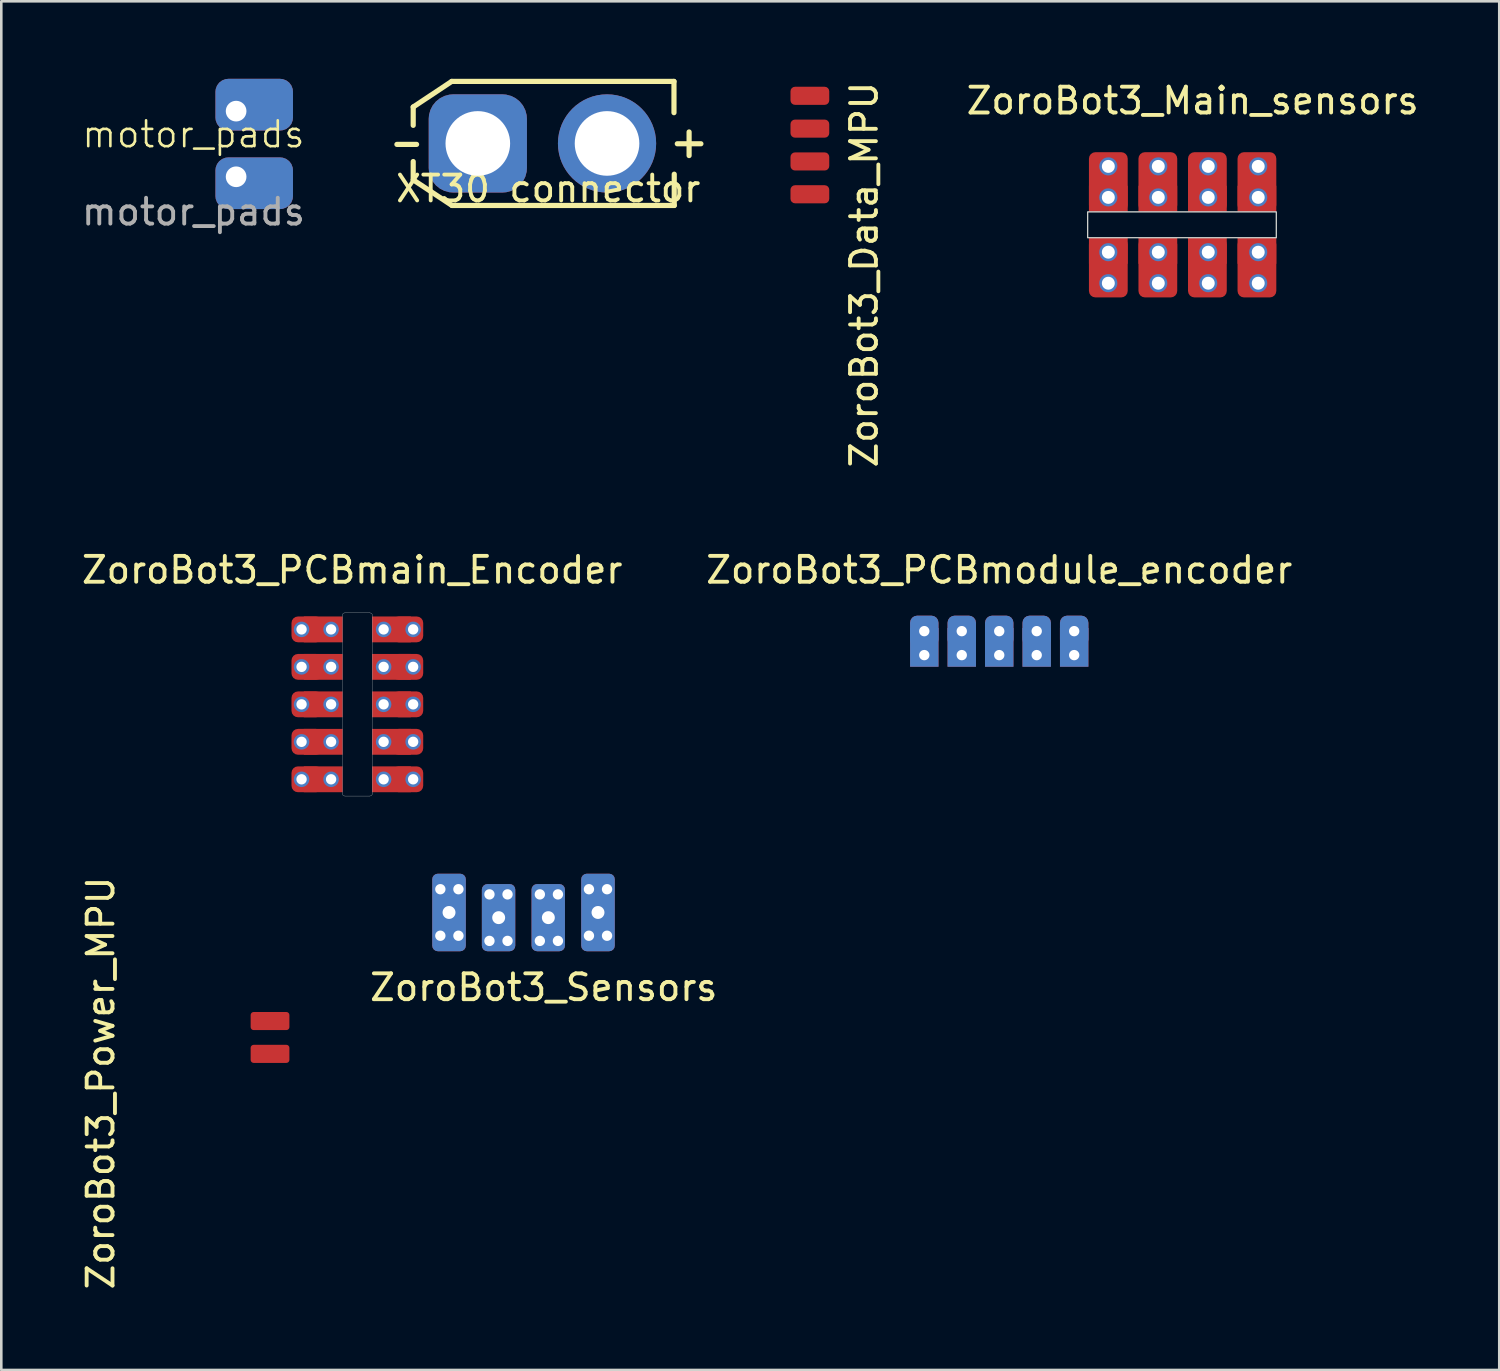
<source format=kicad_pcb>
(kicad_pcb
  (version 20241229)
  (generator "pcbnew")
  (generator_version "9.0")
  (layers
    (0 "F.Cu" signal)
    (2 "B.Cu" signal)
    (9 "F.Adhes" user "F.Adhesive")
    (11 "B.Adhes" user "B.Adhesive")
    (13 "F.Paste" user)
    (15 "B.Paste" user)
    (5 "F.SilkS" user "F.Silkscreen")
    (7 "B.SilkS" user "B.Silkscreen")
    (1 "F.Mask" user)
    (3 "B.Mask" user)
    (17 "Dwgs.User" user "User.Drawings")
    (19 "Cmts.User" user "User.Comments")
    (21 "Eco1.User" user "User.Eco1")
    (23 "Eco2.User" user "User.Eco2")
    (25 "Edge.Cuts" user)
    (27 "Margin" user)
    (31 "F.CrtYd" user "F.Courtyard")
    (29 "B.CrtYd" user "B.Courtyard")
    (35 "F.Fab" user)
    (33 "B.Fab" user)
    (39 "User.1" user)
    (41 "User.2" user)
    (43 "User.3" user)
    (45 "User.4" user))
  (footprint "ZoroBot3_Sensors"
    (layer "F.Cu")
    (at 18.388 32.256)
    (property "Reference" "ZoroBot3_Sensors" (at -0.4 2.9 0) (layer "F.SilkS") (effects (font (size 1 1) (thickness 0.15))))
    (attr smd)
    (pad "1" thru_hole circle (at -4.4 -0.9 90) (size 0.5 0.5) (drill 0.4) (layers "*.Cu" "*.Mask"))
    (pad "1" thru_hole circle (at -4.4 0.9 90) (size 0.5 0.5) (drill 0.4) (layers "*.Cu" "*.Mask"))
    (pad "1" thru_hole roundrect (at -4.064 0 90) (size 3 1.3) (drill 0.5) (layers "*.Cu" "*.Mask") (roundrect_rratio 0.167))
    (pad "1" thru_hole circle (at -3.7 -0.9 90) (size 0.5 0.5) (drill 0.4) (layers "*.Cu" "*.Mask"))
    (pad "1" thru_hole circle (at -3.7 0.9 90) (size 0.5 0.5) (drill 0.4) (layers "*.Cu" "*.Mask"))
    (pad "2" thru_hole circle (at -2.5 -0.7 90) (size 0.5 0.5) (drill 0.4) (layers "*.Cu" "*.Mask"))
    (pad "2" thru_hole circle (at -2.5 1.1 90) (size 0.5 0.5) (drill 0.4) (layers "*.Cu" "*.Mask"))
    (pad "2" thru_hole roundrect (at -2.143 0.2 90) (size 2.6 1.293) (drill 0.5 (offset 0 -0.004)) (layers "*.Cu" "*.Mask") (roundrect_rratio 0.167))
    (pad "2" thru_hole circle (at -1.8 -0.7 90) (size 0.5 0.5) (drill 0.4) (layers "*.Cu" "*.Mask"))
    (pad "2" thru_hole circle (at -1.8 1.1 90) (size 0.5 0.5) (drill 0.4) (layers "*.Cu" "*.Mask"))
    (pad "3" thru_hole circle (at -0.55 -0.7 90) (size 0.5 0.5) (drill 0.4) (layers "*.Cu" "*.Mask"))
    (pad "3" thru_hole circle (at -0.55 1.1 90) (size 0.5 0.5) (drill 0.4) (layers "*.Cu" "*.Mask"))
    (pad "3" thru_hole roundrect (at -0.221 0.2 90) (size 2.6 1.293) (drill 0.5 (offset 0 -0.004)) (layers "*.Cu" "*.Mask") (roundrect_rratio 0.167))
    (pad "3" thru_hole circle (at 0.15 -0.7 90) (size 0.5 0.5) (drill 0.4) (layers "*.Cu" "*.Mask"))
    (pad "3" thru_hole circle (at 0.15 1.1 90) (size 0.5 0.5) (drill 0.4) (layers "*.Cu" "*.Mask"))
    (pad "4" thru_hole circle (at 1.35 -0.9 90) (size 0.5 0.5) (drill 0.4) (layers "*.Cu" "*.Mask"))
    (pad "4" thru_hole circle (at 1.35 0.9 90) (size 0.5 0.5) (drill 0.4) (layers "*.Cu" "*.Mask"))
    (pad "4" thru_hole roundrect (at 1.7 0 90) (size 3 1.3) (drill 0.5) (layers "*.Cu" "*.Mask") (roundrect_rratio 0.167))
    (pad "4" thru_hole circle (at 2.05 -0.9 90) (size 0.5 0.5) (drill 0.4) (layers "*.Cu" "*.Mask"))
    (pad "4" thru_hole circle (at 2.05 0.9 90) (size 0.5 0.5) (drill 0.4) (layers "*.Cu" "*.Mask")))
  (footprint "ZoroBot3_PCBmodule_encoder"
    (layer "F.Cu")
    (at 35.613 20.698)
    (property "Reference" "ZoroBot3_PCBmodule_encoder" (at 0 -1.695 0) (layer "F.SilkS") (effects (font (size 1 1) (thickness 0.15))))
    (attr through_hole)
    (pad "1" thru_hole roundrect (at -2.9 0.673 90) (size 1.2 1.1) (drill 0.4) (layers "*.Cu" "*.Mask") (roundrect_rratio 0.25))
    (pad "1" thru_hole rect (at -2.9 1.6 90) (size 1.5 1.1) (drill 0.4 (offset 0.3 0)) (layers "*.Cu" "*.Mask"))
    (pad "2" thru_hole roundrect (at -1.45 0.673 90) (size 1.2 1.1) (drill 0.4) (layers "*.Cu" "*.Mask") (roundrect_rratio 0.25))
    (pad "2" thru_hole rect (at -1.45 1.6 90) (size 1.5 1.1) (drill 0.4 (offset 0.3 0)) (layers "*.Cu" "*.Mask"))
    (pad "3" thru_hole roundrect (at 0 0.673 90) (size 1.2 1.1) (drill 0.4) (layers "*.Cu" "*.Mask") (roundrect_rratio 0.25))
    (pad "3" thru_hole rect (at 0 1.6 90) (size 1.5 1.1) (drill 0.4 (offset 0.3 0)) (layers "*.Cu" "*.Mask"))
    (pad "4" thru_hole roundrect (at 1.45 0.673 90) (size 1.2 1.1) (drill 0.4) (layers "*.Cu" "*.Mask") (roundrect_rratio 0.25))
    (pad "4" thru_hole rect (at 1.45 1.6 90) (size 1.5 1.1) (drill 0.4 (offset 0.3 0)) (layers "*.Cu" "*.Mask"))
    (pad "5" thru_hole roundrect (at 2.9 0.673 90) (size 1.2 1.1) (drill 0.4) (layers "*.Cu" "*.Mask") (roundrect_rratio 0.25))
    (pad "5" thru_hole rect (at 2.9 1.6 90) (size 1.5 1.1) (drill 0.4 (offset 0.3 0)) (layers "*.Cu" "*.Mask")))
  (footprint "motor_pads"
    (layer "F.Cu")
    (at 4.435 2.647)
    (property "Reference" "motor_pads" (at 0 -0.5 0) (unlocked yes) (layer "F.SilkS") (effects (font (size 1 1) (thickness 0.1))))
    (attr through_hole)
    (fp_text user "${REFERENCE}" (at 0 2.5 0) (unlocked yes) (layer "F.Fab") (effects (font (size 1 1) (thickness 0.15))))
    (pad "1" thru_hole roundrect (at 1.651 -1.397) (size 3 2) (drill 0.8 (offset 0.7 -0.25)) (layers "*.Cu" "*.Mask") (roundrect_rratio 0.25))
    (pad "2" thru_hole roundrect (at 1.651 1.143) (size 3 2) (drill 0.8 (offset 0.7 0.25)) (layers "*.Cu" "*.Mask") (roundrect_rratio 0.25)))
  (footprint "ZoroBot3_Data_MPU"
    (layer "F.Cu")
    (at 28.286 2.577)
    (property "Reference" "ZoroBot3_Data_MPU" (at 2.1 5 90) (layer "F.SilkS") (effects (font (size 1 1) (thickness 0.15))))
    (attr smd)
    (pad "1" smd roundrect (at 0 -1.92) (size 1.5 0.7) (layers "F.Cu" "F.Mask" "F.Paste") (roundrect_rratio 0.25))
    (pad "2" smd roundrect (at 0 -0.65) (size 1.5 0.7) (layers "F.Cu" "F.Mask" "F.Paste") (roundrect_rratio 0.25))
    (pad "3" smd roundrect (at 0 0.62) (size 1.5 0.7) (layers "F.Cu" "F.Mask" "F.Paste") (roundrect_rratio 0.25))
    (pad "4" smd roundrect (at 0 1.89) (size 1.5 0.7) (layers "F.Cu" "F.Mask" "F.Paste") (roundrect_rratio 0.25)))
  (footprint "ZoroBot3_PCBmain_Encoder"
    (layer "F.Cu")
    (at 10.777 24.203)
    (property "Reference" "ZoroBot3_PCBmain_Encoder" (at -0.2 -5.2 0) (layer "F.SilkS") (effects (font (size 1 1) (thickness 0.15))))
    (attr through_hole)
    (fp_line (start -0.584 3.448) (end -0.584 -3.439) (stroke (width 0.01) (type default)) (layer "Edge.Cuts"))
    (fp_line (start -0.484 -3.539) (end 0.484 -3.539) (stroke (width 0.01) (type default)) (layer "Edge.Cuts"))
    (fp_line (start 0.484 3.548) (end -0.484 3.548) (stroke (width 0.01) (type default)) (layer "Edge.Cuts"))
    (fp_line (start 0.584 -3.439) (end 0.584 3.448) (stroke (width 0.01) (type default)) (layer "Edge.Cuts"))
    (fp_arc (start -0.5842 -3.439066) (mid -0.554911 -3.509777) (end -0.4842 -3.539066) (stroke (width 0.01) (type default)) (layer "Edge.Cuts"))
    (fp_arc (start -0.4842 3.547534) (mid -0.554911 3.518245) (end -0.5842 3.447534) (stroke (width 0.01) (type default)) (layer "Edge.Cuts"))
    (fp_arc (start 0.4842 -3.539066) (mid 0.554899 -3.509775) (end 0.5842 -3.439066) (stroke (width 0.01) (type default)) (layer "Edge.Cuts"))
    (fp_arc (start 0.5842 3.447534) (mid 0.554913 3.518249) (end 0.4842 3.547534) (stroke (width 0.01) (type default)) (layer "Edge.Cuts"))
    (pad "1" thru_hole circle (at -2.159 -2.9) (size 0.6 0.6) (drill 0.4) (layers "*.Cu" "*.Mask"))
    (pad "1" smd roundrect (at -1.948 -2.9) (size 1.2 1) (layers "F.Cu" "F.Mask" "F.Paste") (roundrect_rratio 0.25))
    (pad "1" smd rect (at -1.321 -2.9) (size 1.5 1) (layers "F.Cu" "F.Mask" "F.Paste"))
    (pad "1" thru_hole circle (at -1.016 -2.9) (size 0.6 0.6) (drill 0.4) (layers "*.Cu" "*.Mask"))
    (pad "1" thru_hole circle (at 1.016 -2.9 180) (size 0.6 0.6) (drill 0.4) (layers "*.Cu" "*.Mask"))
    (pad "1" smd rect (at 1.321 -2.9) (size 1.5 1) (layers "F.Cu" "F.Mask" "F.Paste"))
    (pad "1" smd roundrect (at 1.948 -2.9) (size 1.2 1) (layers "F.Cu" "F.Mask" "F.Paste") (roundrect_rratio 0.25))
    (pad "1" thru_hole circle (at 2.159 -2.9 180) (size 0.6 0.6) (drill 0.4) (layers "*.Cu" "*.Mask"))
    (pad "2" thru_hole circle (at -2.159 -1.45) (size 0.6 0.6) (drill 0.4) (layers "*.Cu" "*.Mask"))
    (pad "2" smd roundrect (at -1.948 -1.45) (size 1.2 1) (layers "F.Cu" "F.Mask" "F.Paste") (roundrect_rratio 0.25))
    (pad "2" smd rect (at -1.321 -1.45) (size 1.5 1) (layers "F.Cu" "F.Mask" "F.Paste"))
    (pad "2" thru_hole circle (at -1.016 -1.45) (size 0.6 0.6) (drill 0.4) (layers "*.Cu" "*.Mask"))
    (pad "2" thru_hole circle (at 1.016 -1.45 180) (size 0.6 0.6) (drill 0.4) (layers "*.Cu" "*.Mask"))
    (pad "2" smd rect (at 1.321 -1.45) (size 1.5 1) (layers "F.Cu" "F.Mask" "F.Paste"))
    (pad "2" smd roundrect (at 1.948 -1.45) (size 1.2 1) (layers "F.Cu" "F.Mask" "F.Paste") (roundrect_rratio 0.25))
    (pad "2" thru_hole circle (at 2.159 -1.45 180) (size 0.6 0.6) (drill 0.4) (layers "*.Cu" "*.Mask"))
    (pad "3" thru_hole circle (at -2.159 0) (size 0.6 0.6) (drill 0.4) (layers "*.Cu" "*.Mask"))
    (pad "3" smd roundrect (at -1.948 0) (size 1.2 1) (layers "F.Cu" "F.Mask" "F.Paste") (roundrect_rratio 0.25))
    (pad "3" smd rect (at -1.321 0) (size 1.5 1) (layers "F.Cu" "F.Mask" "F.Paste"))
    (pad "3" thru_hole circle (at -1.016 0) (size 0.6 0.6) (drill 0.4) (layers "*.Cu" "*.Mask"))
    (pad "3" thru_hole circle (at 1.016 0 180) (size 0.6 0.6) (drill 0.4) (layers "*.Cu" "*.Mask"))
    (pad "3" smd rect (at 1.321 0) (size 1.5 1) (layers "F.Cu" "F.Mask" "F.Paste"))
    (pad "3" smd roundrect (at 1.948 0) (size 1.2 1) (layers "F.Cu" "F.Mask" "F.Paste") (roundrect_rratio 0.25))
    (pad "3" thru_hole circle (at 2.159 0 180) (size 0.6 0.6) (drill 0.4) (layers "*.Cu" "*.Mask"))
    (pad "4" thru_hole circle (at -2.159 1.45) (size 0.6 0.6) (drill 0.4) (layers "*.Cu" "*.Mask"))
    (pad "4" smd roundrect (at -1.948 1.45) (size 1.2 1) (layers "F.Cu" "F.Mask" "F.Paste") (roundrect_rratio 0.25))
    (pad "4" smd rect (at -1.321 1.45) (size 1.5 1) (layers "F.Cu" "F.Mask" "F.Paste"))
    (pad "4" thru_hole circle (at -1.016 1.45) (size 0.6 0.6) (drill 0.4) (layers "*.Cu" "*.Mask"))
    (pad "4" thru_hole circle (at 1.016 1.45 180) (size 0.6 0.6) (drill 0.4) (layers "*.Cu" "*.Mask"))
    (pad "4" smd rect (at 1.321 1.45) (size 1.5 1) (layers "F.Cu" "F.Mask" "F.Paste"))
    (pad "4" smd roundrect (at 1.948 1.45) (size 1.2 1) (layers "F.Cu" "F.Mask" "F.Paste") (roundrect_rratio 0.25))
    (pad "4" thru_hole circle (at 2.159 1.45 180) (size 0.6 0.6) (drill 0.4) (layers "*.Cu" "*.Mask"))
    (pad "5" thru_hole circle (at -2.159 2.9) (size 0.6 0.6) (drill 0.4) (layers "*.Cu" "*.Mask"))
    (pad "5" smd roundrect (at -1.948 2.9) (size 1.2 1) (layers "F.Cu" "F.Mask" "F.Paste") (roundrect_rratio 0.25))
    (pad "5" smd rect (at -1.321 2.9) (size 1.5 1) (layers "F.Cu" "F.Mask" "F.Paste"))
    (pad "5" thru_hole circle (at -1.016 2.9) (size 0.6 0.6) (drill 0.4) (layers "*.Cu" "*.Mask"))
    (pad "5" thru_hole circle (at 1.016 2.9 180) (size 0.6 0.6) (drill 0.4) (layers "*.Cu" "*.Mask"))
    (pad "5" smd rect (at 1.321 2.9 180) (size 1.5 1) (layers "F.Cu" "F.Mask" "F.Paste"))
    (pad "5" smd roundrect (at 1.948 2.9 180) (size 1.2 1) (layers "F.Cu" "F.Mask" "F.Paste") (roundrect_rratio 0.25))
    (pad "5" thru_hole circle (at 2.159 2.9 180) (size 0.6 0.6) (drill 0.4) (layers "*.Cu" "*.Mask")))
  (footprint "ZoroBot3_Power_MPU"
    (layer "F.Cu")
    (at 7.398 37.077)
    (property "Reference" "ZoroBot3_Power_MPU" (at -6.55 1.78 270) (layer "F.SilkS") (effects (font (size 1 1) (thickness 0.15))))
    (attr smd)
    (pad "1" smd roundrect (at 0 -0.62) (size 1.5 0.7) (layers "F.Cu" "F.Mask" "F.Paste") (roundrect_rratio 0.167))
    (pad "2" smd roundrect (at 0 0.65) (size 1.5 0.7) (layers "F.Cu" "F.Mask" "F.Paste") (roundrect_rratio 0.167)))
  (footprint "XT30 connector"
    (layer "F.Cu")
    (at 15.438 2.5)
    (property "Reference" "XT30 connector" (at 2.725 1.75 0) (layer "F.SilkS") (effects (font (size 1 1) (thickness 0.15))))
    (attr through_hole)
    (fp_line (start -2.5 -1.41) (end -2.5 -0.7) (stroke (width 0.2) (type solid)) (layer "F.SilkS"))
    (fp_line (start -2.5 -1.41) (end -1.01 -2.4) (stroke (width 0.2) (type solid)) (layer "F.SilkS"))
    (fp_line (start -2.5 0.7) (end -2.5 1.41) (stroke (width 0.2) (type solid)) (layer "F.SilkS"))
    (fp_line (start -2.5 1.41) (end -1 2.4) (stroke (width 0.2) (type solid)) (layer "F.SilkS"))
    (fp_line (start -1.01 -2.4) (end 7.59 -2.4) (stroke (width 0.2) (type solid)) (layer "F.SilkS"))
    (fp_line (start -1 2.4) (end 7.6 2.4) (stroke (width 0.2) (type solid)) (layer "F.SilkS"))
    (fp_line (start 7.59 -2.4) (end 7.59 -1.19) (stroke (width 0.2) (type solid)) (layer "F.SilkS"))
    (fp_line (start 7.6 1.19) (end 7.6 2.4) (stroke (width 0.2) (type solid)) (layer "F.SilkS"))
    (fp_text user "+" (at 8.175 -0.075 0) (layer "F.SilkS") (effects (font (size 1.2 1.2) (thickness 0.2))))
    (fp_text user "-" (at -2.75 -0.075 0) (layer "F.SilkS") (effects (font (size 1.5 1) (thickness 0.2))))
    (pad "1" thru_hole roundrect (at 0 0) (size 3.8 3.8) (drill 2.5) (layers "*.Cu" "*.Mask") (roundrect_rratio 0.25))
    (pad "2" thru_hole circle (at 5 0) (size 3.8 3.8) (drill 2.5) (layers "*.Cu" "*.Mask")))
  (footprint "ZoroBot3_Main_sensors"
    (layer "F.Cu")
    (at 42.717 5.648)
    (property "Reference" "ZoroBot3_Main_sensors" (at 0.38 -4.8 180) (layer "F.SilkS") (effects (font (size 1 1) (thickness 0.15))))
    (attr smd)
    (fp_poly (pts (xy -3.683 -0.5) (xy 3.617 -0.5) (xy 3.617 0.5) (xy -3.683 0.5)) (stroke (width 0.05) (type default)) (fill no) (layer "Edge.Cuts"))
    (pad "1" smd rect (at -2.883 1.01 90) (size 1 1.5) (layers "F.Cu" "F.Mask" "F.Paste"))
    (pad "1" thru_hole circle (at -2.883 1.06 90) (size 0.7 0.7) (drill 0.5) (layers "*.Cu" "*.Mask"))
    (pad "1" smd roundrect (at -2.883 1.66 90) (size 2.3 1.5) (layers "F.Cu" "F.Mask" "F.Paste") (roundrect_rratio 0.167))
    (pad "1" thru_hole circle (at -2.883 2.26 90) (size 0.7 0.7) (drill 0.5) (layers "*.Cu" "*.Mask"))
    (pad "1" thru_hole circle (at -2.883 -2.26 90) (size 0.7 0.7) (drill 0.5) (layers "*.Cu" "*.Mask"))
    (pad "1" smd roundrect (at -2.883 -1.66 90) (size 2.3 1.5) (layers "F.Cu" "F.Mask" "F.Paste") (roundrect_rratio 0.167))
    (pad "1" smd rect (at -2.883 -1.01 90) (size 1 1.5) (layers "F.Cu" "F.Mask" "F.Paste"))
    (pad "1" thru_hole circle (at -2.883 -1.06 90) (size 0.7 0.7) (drill 0.5) (layers "*.Cu" "*.Mask"))
    (pad "2" smd rect (at -0.967 1.01 90) (size 1 1.5) (layers "F.Cu" "F.Mask" "F.Paste"))
    (pad "2" smd roundrect (at -0.967 1.66 90) (size 2.3 1.5) (layers "F.Cu" "F.Mask" "F.Paste") (roundrect_rratio 0.167))
    (pad "2" smd roundrect (at -0.967 -1.66 90) (size 2.3 1.5) (layers "F.Cu" "F.Mask" "F.Paste") (roundrect_rratio 0.167))
    (pad "2" smd rect (at -0.967 -1.01 90) (size 1 1.5) (layers "F.Cu" "F.Mask" "F.Paste"))
    (pad "2" thru_hole circle (at -0.95 2.26 90) (size 0.7 0.7) (drill 0.5) (layers "*.Cu" "*.Mask"))
    (pad "2" thru_hole circle (at -0.95 1.06 90) (size 0.7 0.7) (drill 0.5) (layers "*.Cu" "*.Mask"))
    (pad "2" thru_hole circle (at -0.95 -1.06 90) (size 0.7 0.7) (drill 0.5) (layers "*.Cu" "*.Mask"))
    (pad "2" thru_hole circle (at -0.95 -2.26 90) (size 0.7 0.7) (drill 0.5) (layers "*.Cu" "*.Mask"))
    (pad "3" smd rect (at 0.95 1.01 90) (size 1 1.5) (layers "F.Cu" "F.Mask" "F.Paste"))
    (pad "3" smd roundrect (at 0.95 1.66 90) (size 2.3 1.5) (layers "F.Cu" "F.Mask" "F.Paste") (roundrect_rratio 0.167))
    (pad "3" smd roundrect (at 0.95 -1.66 90) (size 2.3 1.5) (layers "F.Cu" "F.Mask" "F.Paste") (roundrect_rratio 0.167))
    (pad "3" smd rect (at 0.95 -1.01 90) (size 1 1.5) (layers "F.Cu" "F.Mask" "F.Paste"))
    (pad "3" thru_hole circle (at 0.983 1.06 90) (size 0.7 0.7) (drill 0.5) (layers "*.Cu" "*.Mask"))
    (pad "3" thru_hole circle (at 0.983 2.26 90) (size 0.7 0.7) (drill 0.5) (layers "*.Cu" "*.Mask"))
    (pad "3" thru_hole circle (at 0.983 -2.26 90) (size 0.7 0.7) (drill 0.5) (layers "*.Cu" "*.Mask"))
    (pad "3" thru_hole circle (at 0.983 -1.06 90) (size 0.7 0.7) (drill 0.5) (layers "*.Cu" "*.Mask"))
    (pad "4" smd rect (at 2.867 1.01 90) (size 1 1.5) (layers "F.Cu" "F.Mask" "F.Paste"))
    (pad "4" smd roundrect (at 2.867 1.66 90) (size 2.3 1.5) (layers "F.Cu" "F.Mask" "F.Paste") (roundrect_rratio 0.167))
    (pad "4" smd roundrect (at 2.867 -1.66 90) (size 2.3 1.5) (layers "F.Cu" "F.Mask" "F.Paste") (roundrect_rratio 0.167))
    (pad "4" smd rect (at 2.867 -1.01 90) (size 1 1.5) (layers "F.Cu" "F.Mask" "F.Paste"))
    (pad "4" thru_hole circle (at 2.917 2.26 90) (size 0.7 0.7) (drill 0.5) (layers "*.Cu" "*.Mask"))
    (pad "4" thru_hole circle (at 2.917 -1.06 90) (size 0.7 0.7) (drill 0.5) (layers "*.Cu" "*.Mask"))
    (pad "4" thru_hole circle (at 2.917 1.06 90) (size 0.7 0.7) (drill 0.5) (layers "*.Cu" "*.Mask"))
    (pad "4" thru_hole circle (at 2.917 -2.26 90) (size 0.7 0.7) (drill 0.5) (layers "*.Cu" "*.Mask")))
  (gr_rect
    (start -3 -3)
    (end 54.96 49.958)
    (stroke (width 0.1) (type default))
    (fill no)
    (layer "Edge.Cuts")))
</source>
